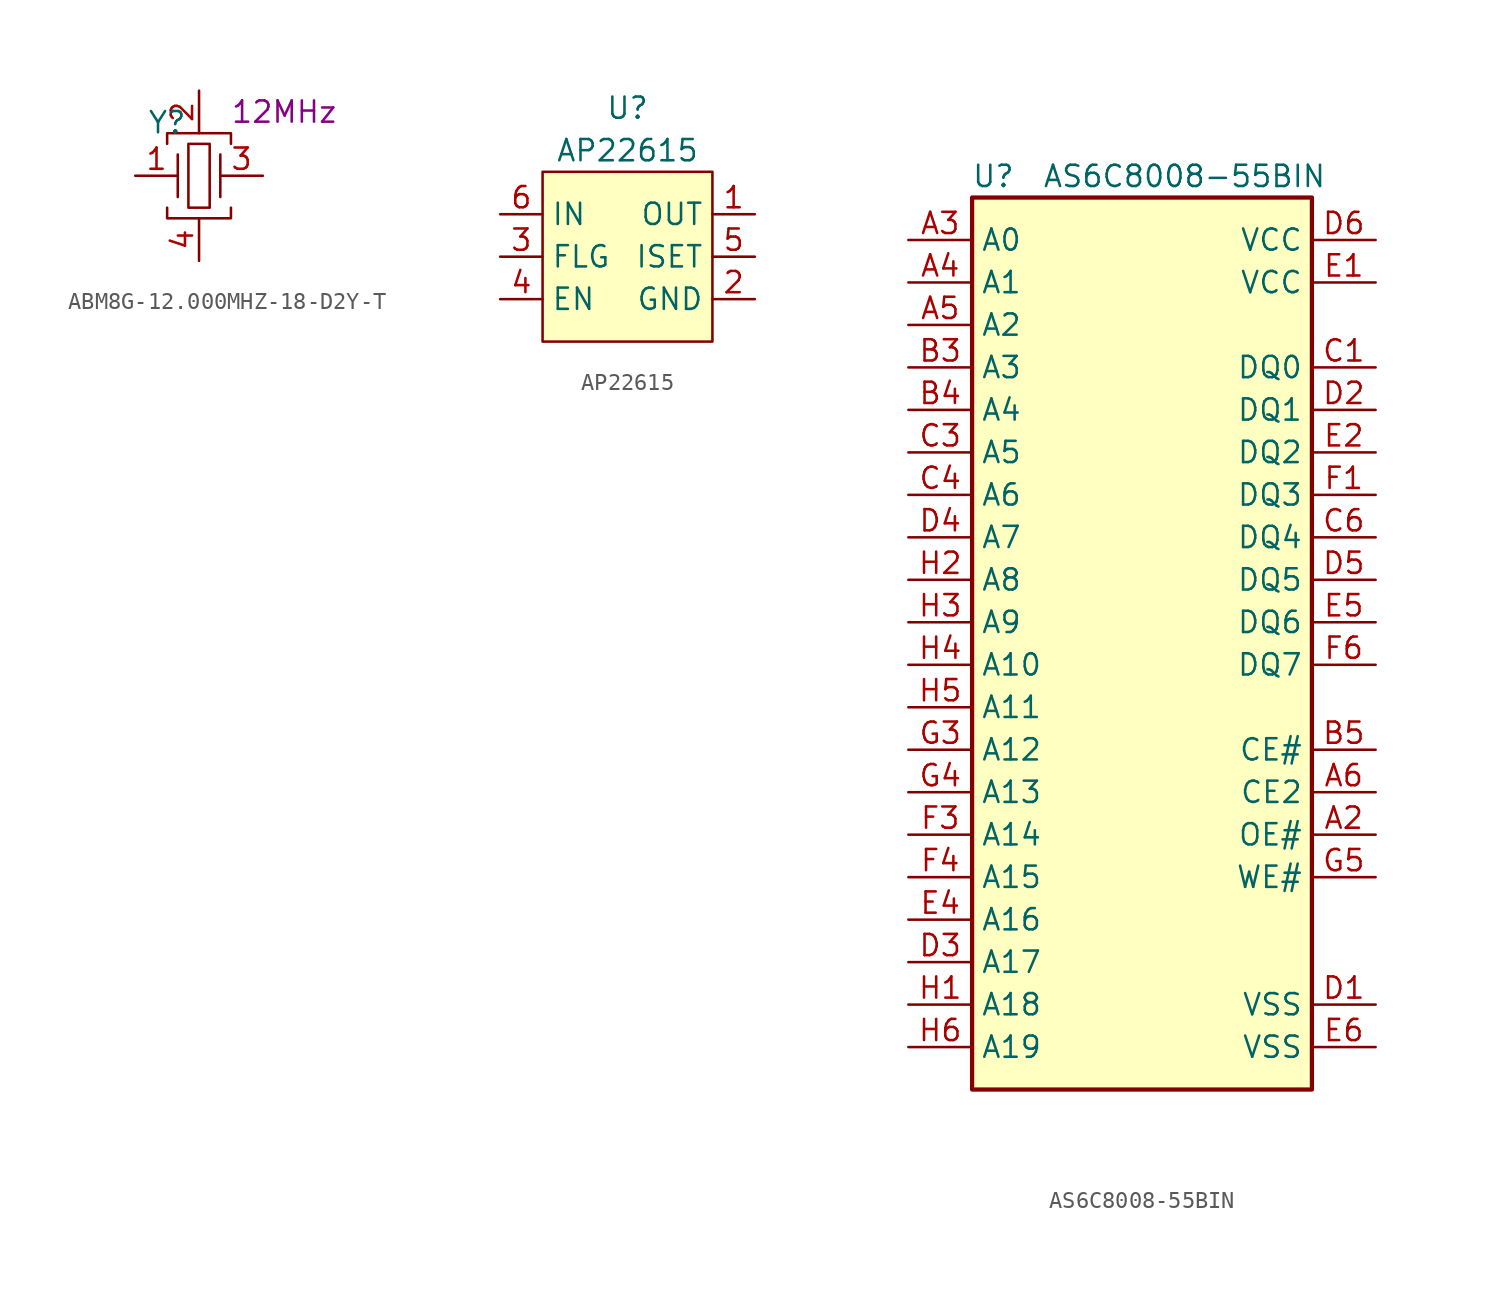
<source format=kicad_sym>
(kicad_symbol_lib
  (version 20211014)
  (generator kicad_symbol_editor)
  (symbol "ABM8G-12.000MHZ-18-D2Y-T "
    (pin_names
      (offset 1.016))
    (property "Reference" "Y"
      (at -1.905 3.175 0)
      (effects (font (size 1.27 1.27))))
    (property "Val" "12MHz"
      (at 5.08 3.81 0)
      (effects (font (size 1.27 1.27))))
    (symbol "ABM8G-12.000MHZ-18-D2Y-T _0_1"
      (rectangle (start -0.635 1.905) (end 0.635 -1.905) (stroke (width 0) (type default) (color 0 0 0 0)) (fill (type none)))
      (polyline (pts (xy -1.27 1.27) (xy -1.27 -1.27)) (stroke (width 0) (type default) (color 0 0 0 0)) (fill (type none)))
      (polyline (pts (xy 1.27 1.27) (xy 1.27 -1.27)) (stroke (width 0) (type default) (color 0 0 0 0)) (fill (type none)))
      (polyline (pts (xy -1.905 -1.905) (xy -1.905 -2.54) (xy 1.905 -2.54) (xy 1.905 -1.905)) (stroke (width 0) (type default) (color 0 0 0 0)) (fill (type none)))
      (polyline (pts (xy -1.905 1.905) (xy -1.905 2.54) (xy 1.905 2.54) (xy 1.905 1.905)) (stroke (width 0) (type default) (color 0 0 0 0)) (fill (type none))))
    (symbol "ABM8G-12.000MHZ-18-D2Y-T _1_1"
      (pin output line (at -3.81 0 0) (length 2.54) (name "~" (effects (font (size 1.27 1.27)))) (number "1" (effects (font (size 1.27 1.27)))))
      (pin power_in line (at 0 5.08 270) (length 2.54) (name "~" (effects (font (size 1.27 1.27)))) (number "2" (effects (font (size 1.27 1.27)))))
      (pin output line (at 3.81 0 180) (length 2.54) (name "~" (effects (font (size 1.27 1.27)))) (number "3" (effects (font (size 1.27 1.27)))))
      (pin power_in line (at 0 -5.08 90) (length 2.54) (name "~" (effects (font (size 1.27 1.27)))) (number "4" (effects (font (size 1.27 1.27)))))))
  (symbol "AP22615"
    (property "Reference" "U"
      (at 0 8.89 0)
      (effects (font (size 1.27 1.27))))
    (property "Value" "AP22615"
      (at 0 6.35 0)
      (effects (font (size 1.27 1.27))))
    (symbol "AP22615_0_1"
      (rectangle (start -5.08 5.08) (end 5.08 -5.08) (stroke (width 0) (type default) (color 0 0 0 0)) (fill (type background))))
    (symbol "AP22615_1_1"
      (pin power_out line (at 7.62 2.54 180) (length 2.54) (name "OUT" (effects (font (size 1.27 1.27)))) (number "1" (effects (font (size 1.27 1.27)))))
      (pin power_in line (at 7.62 -2.54 180) (length 2.54) (name "GND" (effects (font (size 1.27 1.27)))) (number "2" (effects (font (size 1.27 1.27)))))
      (pin output line (at -7.62 0 0) (length 2.54) (name "FLG" (effects (font (size 1.27 1.27)))) (number "3" (effects (font (size 1.27 1.27)))))
      (pin input line (at -7.62 -2.54 0) (length 2.54) (name "EN" (effects (font (size 1.27 1.27)))) (number "4" (effects (font (size 1.27 1.27)))))
      (pin passive line (at 7.62 0 180) (length 2.54) (name "ISET" (effects (font (size 1.27 1.27)))) (number "5" (effects (font (size 1.27 1.27)))))
      (pin power_in line (at -7.62 2.54 0) (length 2.54) (name "IN" (effects (font (size 1.27 1.27)))) (number "6" (effects (font (size 1.27 1.27)))))))
  (symbol "AS6C8008-55BIN"
    (property "Reference" "U"
      (at -8.89 31.75 0)
      (effects (font (size 1.27 1.27))))
    (property "Value" "AS6C8008-55BIN"
      (at 2.54 31.75 0)
      (effects (font (size 1.27 1.27))))
    (symbol "AS6C8008-55BIN_0_0"
      (pin no_connect line (at -1.905 -22.86 90) (length 0) hide (name "NC" (effects (font (size 1.27 1.27)))) (number "C2" (effects (font (size 1.27 1.27)))))
      (pin no_connect line (at -0.635 -22.86 90) (length 0) hide (name "NC" (effects (font (size 1.27 1.27)))) (number "C5" (effects (font (size 1.27 1.27)))))
      (pin no_connect line (at 0.635 -22.86 90) (length 0) hide (name "NC" (effects (font (size 1.27 1.27)))) (number "E3" (effects (font (size 1.27 1.27)))))
      (pin no_connect line (at 1.905 -22.86 90) (length 0) hide (name "NC" (effects (font (size 1.27 1.27)))) (number "F2" (effects (font (size 1.27 1.27)))))
      (pin no_connect line (at 3.175 -22.86 90) (length 0) hide (name "NC" (effects (font (size 1.27 1.27)))) (number "F5" (effects (font (size 1.27 1.27)))))
      (pin no_connect line (at 4.445 -22.86 90) (length 0) hide (name "NC" (effects (font (size 1.27 1.27)))) (number "G1" (effects (font (size 1.27 1.27)))))
      (pin no_connect line (at 5.715 -22.86 90) (length 0) hide (name "NC" (effects (font (size 1.27 1.27)))) (number "G2" (effects (font (size 1.27 1.27)))))
      (pin no_connect line (at 6.985 -22.86 90) (length 0) hide (name "NC" (effects (font (size 1.27 1.27)))) (number "G6" (effects (font (size 1.27 1.27))))))
    (symbol "AS6C8008-55BIN_0_1"
      (rectangle (start -10.16 30.48) (end 10.16 -22.86) (stroke (width 0.254) (type default) (color 0 0 0 0)) (fill (type background))))
    (symbol "AS6C8008-55BIN_1_1"
      (pin no_connect line (at -6.985 -22.86 90) (length 0) hide (name "NC" (effects (font (size 1.27 1.27)))) (number "A1" (effects (font (size 1.27 1.27)))))
      (pin input line (at 13.97 -7.62 180) (length 3.81) (name "OE#" (effects (font (size 1.27 1.27)))) (number "A2" (effects (font (size 1.27 1.27)))))
      (pin input line (at -13.97 27.94 0) (length 3.81) (name "A0" (effects (font (size 1.27 1.27)))) (number "A3" (effects (font (size 1.27 1.27)))))
      (pin input line (at -13.97 25.4 0) (length 3.81) (name "A1" (effects (font (size 1.27 1.27)))) (number "A4" (effects (font (size 1.27 1.27)))))
      (pin input line (at -13.97 22.86 0) (length 3.81) (name "A2" (effects (font (size 1.27 1.27)))) (number "A5" (effects (font (size 1.27 1.27)))))
      (pin input line (at 13.97 -5.08 180) (length 3.81) (name "CE2" (effects (font (size 1.27 1.27)))) (number "A6" (effects (font (size 1.27 1.27)))))
      (pin no_connect line (at -5.715 -22.86 90) (length 0) hide (name "NC" (effects (font (size 1.27 1.27)))) (number "B1" (effects (font (size 1.27 1.27)))))
      (pin no_connect line (at -4.445 -22.86 90) (length 0) hide (name "NC" (effects (font (size 1.27 1.27)))) (number "B2" (effects (font (size 1.27 1.27)))))
      (pin input line (at -13.97 20.32 0) (length 3.81) (name "A3" (effects (font (size 1.27 1.27)))) (number "B3" (effects (font (size 1.27 1.27)))))
      (pin input line (at -13.97 17.78 0) (length 3.81) (name "A4" (effects (font (size 1.27 1.27)))) (number "B4" (effects (font (size 1.27 1.27)))))
      (pin input line (at 13.97 -2.54 180) (length 3.81) (name "CE#" (effects (font (size 1.27 1.27)))) (number "B5" (effects (font (size 1.27 1.27)))))
      (pin no_connect line (at -3.175 -22.86 90) (length 0) hide (name "NC" (effects (font (size 1.27 1.27)))) (number "B6" (effects (font (size 1.27 1.27)))))
      (pin bidirectional line (at 13.97 20.32 180) (length 3.81) (name "DQ0" (effects (font (size 1.27 1.27)))) (number "C1" (effects (font (size 1.27 1.27)))))
      (pin input line (at -13.97 15.24 0) (length 3.81) (name "A5" (effects (font (size 1.27 1.27)))) (number "C3" (effects (font (size 1.27 1.27)))))
      (pin input line (at -13.97 12.7 0) (length 3.81) (name "A6" (effects (font (size 1.27 1.27)))) (number "C4" (effects (font (size 1.27 1.27)))))
      (pin bidirectional line (at 13.97 10.16 180) (length 3.81) (name "DQ4" (effects (font (size 1.27 1.27)))) (number "C6" (effects (font (size 1.27 1.27)))))
      (pin passive line (at 13.97 -17.78 180) (length 3.81) (name "VSS" (effects (font (size 1.27 1.27)))) (number "D1" (effects (font (size 1.27 1.27)))))
      (pin bidirectional line (at 13.97 17.78 180) (length 3.81) (name "DQ1" (effects (font (size 1.27 1.27)))) (number "D2" (effects (font (size 1.27 1.27)))))
      (pin input line (at -13.97 -15.24 0) (length 3.81) (name "A17" (effects (font (size 1.27 1.27)))) (number "D3" (effects (font (size 1.27 1.27)))))
      (pin input line (at -13.97 10.16 0) (length 3.81) (name "A7" (effects (font (size 1.27 1.27)))) (number "D4" (effects (font (size 1.27 1.27)))))
      (pin bidirectional line (at 13.97 7.62 180) (length 3.81) (name "DQ5" (effects (font (size 1.27 1.27)))) (number "D5" (effects (font (size 1.27 1.27)))))
      (pin power_in line (at 13.97 27.94 180) (length 3.81) (name "VCC" (effects (font (size 1.27 1.27)))) (number "D6" (effects (font (size 1.27 1.27)))))
      (pin power_in line (at 13.97 25.4 180) (length 3.81) (name "VCC" (effects (font (size 1.27 1.27)))) (number "E1" (effects (font (size 1.27 1.27)))))
      (pin bidirectional line (at 13.97 15.24 180) (length 3.81) (name "DQ2" (effects (font (size 1.27 1.27)))) (number "E2" (effects (font (size 1.27 1.27)))))
      (pin input line (at -13.97 -12.7 0) (length 3.81) (name "A16" (effects (font (size 1.27 1.27)))) (number "E4" (effects (font (size 1.27 1.27)))))
      (pin bidirectional line (at 13.97 5.08 180) (length 3.81) (name "DQ6" (effects (font (size 1.27 1.27)))) (number "E5" (effects (font (size 1.27 1.27)))))
      (pin passive line (at 13.97 -20.32 180) (length 3.81) (name "VSS" (effects (font (size 1.27 1.27)))) (number "E6" (effects (font (size 1.27 1.27)))))
      (pin bidirectional line (at 13.97 12.7 180) (length 3.81) (name "DQ3" (effects (font (size 1.27 1.27)))) (number "F1" (effects (font (size 1.27 1.27)))))
      (pin input line (at -13.97 -7.62 0) (length 3.81) (name "A14" (effects (font (size 1.27 1.27)))) (number "F3" (effects (font (size 1.27 1.27)))))
      (pin input line (at -13.97 -10.16 0) (length 3.81) (name "A15" (effects (font (size 1.27 1.27)))) (number "F4" (effects (font (size 1.27 1.27)))))
      (pin bidirectional line (at 13.97 2.54 180) (length 3.81) (name "DQ7" (effects (font (size 1.27 1.27)))) (number "F6" (effects (font (size 1.27 1.27)))))
      (pin input line (at -13.97 -2.54 0) (length 3.81) (name "A12" (effects (font (size 1.27 1.27)))) (number "G3" (effects (font (size 1.27 1.27)))))
      (pin input line (at -13.97 -5.08 0) (length 3.81) (name "A13" (effects (font (size 1.27 1.27)))) (number "G4" (effects (font (size 1.27 1.27)))))
      (pin input line (at 13.97 -10.16 180) (length 3.81) (name "WE#" (effects (font (size 1.27 1.27)))) (number "G5" (effects (font (size 1.27 1.27)))))
      (pin input line (at -13.97 -17.78 0) (length 3.81) (name "A18" (effects (font (size 1.27 1.27)))) (number "H1" (effects (font (size 1.27 1.27)))))
      (pin input line (at -13.97 7.62 0) (length 3.81) (name "A8" (effects (font (size 1.27 1.27)))) (number "H2" (effects (font (size 1.27 1.27)))))
      (pin input line (at -13.97 5.08 0) (length 3.81) (name "A9" (effects (font (size 1.27 1.27)))) (number "H3" (effects (font (size 1.27 1.27)))))
      (pin input line (at -13.97 2.54 0) (length 3.81) (name "A10" (effects (font (size 1.27 1.27)))) (number "H4" (effects (font (size 1.27 1.27)))))
      (pin input line (at -13.97 0 0) (length 3.81) (name "A11" (effects (font (size 1.27 1.27)))) (number "H5" (effects (font (size 1.27 1.27)))))
      (pin input line (at -13.97 -20.32 0) (length 3.81) (name "A19" (effects (font (size 1.27 1.27)))) (number "H6" (effects (font (size 1.27 1.27))))))))
</source>
